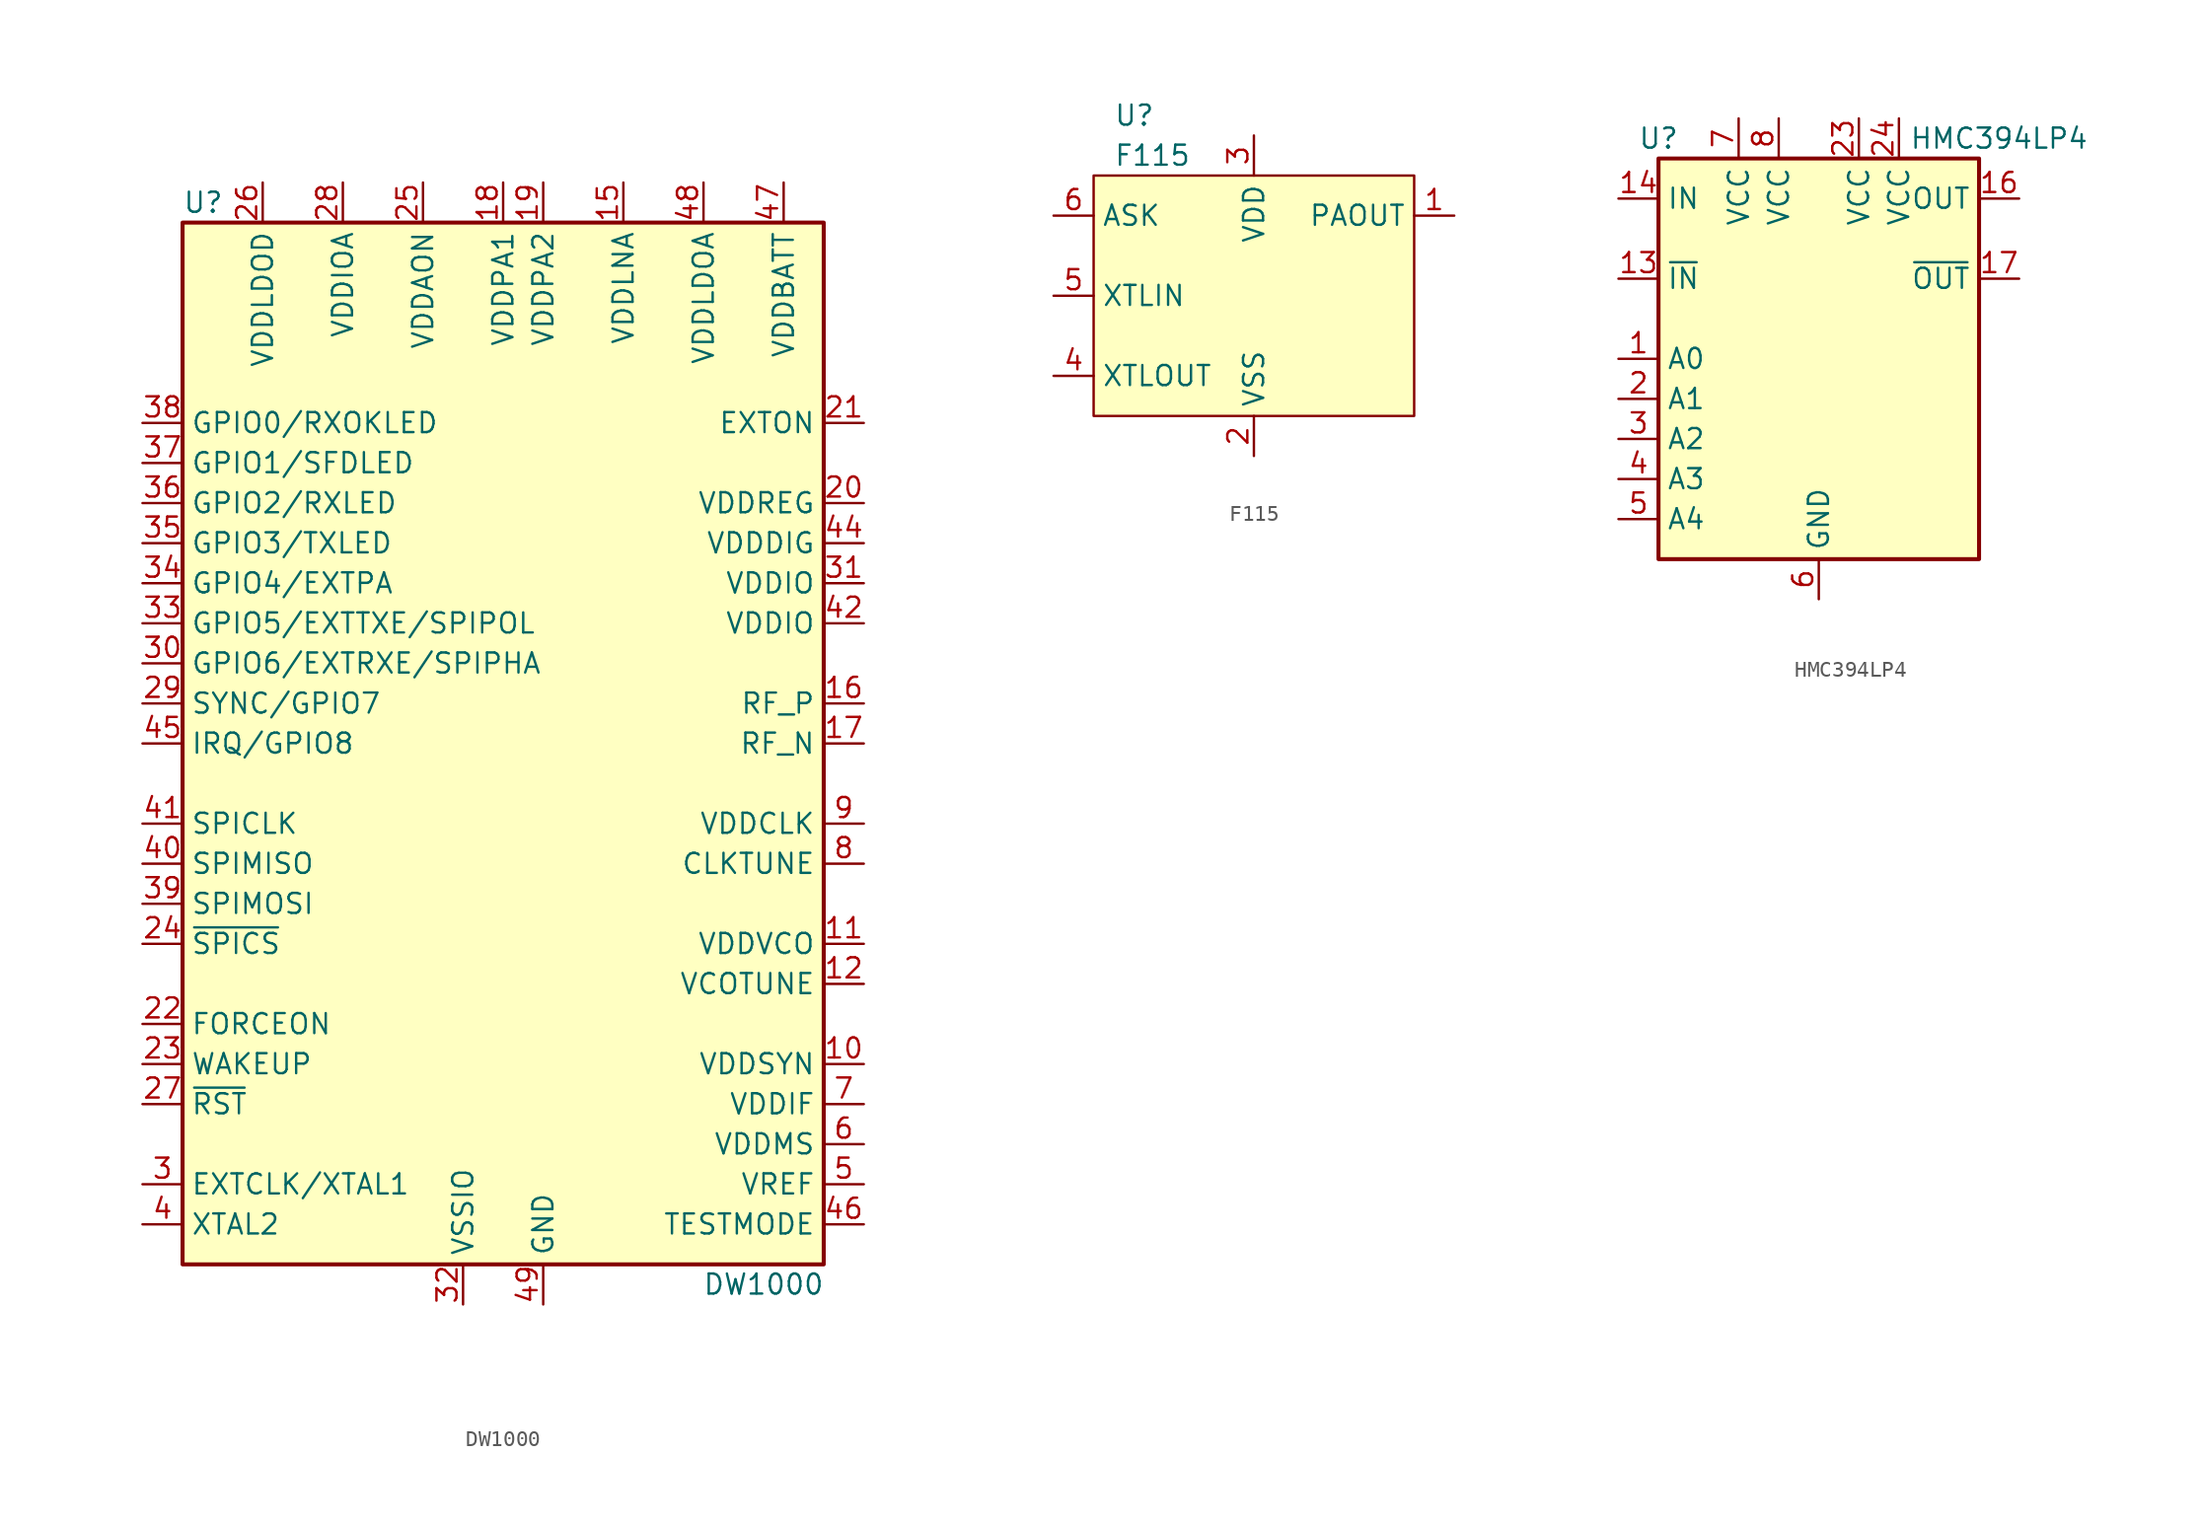
<source format=kicad_sym>
(kicad_symbol_lib
  (version 20231120)
  (generator "kicad_symbol_editor")
  (generator_version "8.0")
  (symbol "DW1000"
    (property "Reference" "U"
      (at -20.32 34.29 0)
      (effects (font (size 1.27 1.27)) (justify left)))
    (property "Value" "DW1000"
      (at 16.51 -34.29 0)
      (effects (font (size 1.27 1.27))))
    (symbol "DW1000_0_1"
      (rectangle (start -20.32 33.02) (end 20.32 -33.02) (stroke (width 0.254) (type default)) (fill (type background))))
    (symbol "DW1000_1_1"
      (pin no_connect line (at 0 -7.62 0) (length 2.54) hide (name "NC" (effects (font (size 1.27 1.27)))) (number "1" (effects (font (size 1.27 1.27)))))
      (pin power_out line (at 22.86 -20.32 180) (length 2.54) (name "VDDSYN" (effects (font (size 1.27 1.27)))) (number "10" (effects (font (size 1.27 1.27)))))
      (pin power_out line (at 22.86 -12.7 180) (length 2.54) (name "VDDVCO" (effects (font (size 1.27 1.27)))) (number "11" (effects (font (size 1.27 1.27)))))
      (pin bidirectional line (at 22.86 -15.24 180) (length 2.54) (name "VCOTUNE" (effects (font (size 1.27 1.27)))) (number "12" (effects (font (size 1.27 1.27)))))
      (pin no_connect line (at 0 -12.7 0) (length 2.54) hide (name "NC" (effects (font (size 1.27 1.27)))) (number "13" (effects (font (size 1.27 1.27)))))
      (pin no_connect line (at 0 -15.24 0) (length 2.54) hide (name "NC" (effects (font (size 1.27 1.27)))) (number "14" (effects (font (size 1.27 1.27)))))
      (pin power_in line (at 7.62 35.56 270) (length 2.54) (name "VDDLNA" (effects (font (size 1.27 1.27)))) (number "15" (effects (font (size 1.27 1.27)))))
      (pin bidirectional line (at 22.86 2.54 180) (length 2.54) (name "RF_P" (effects (font (size 1.27 1.27)))) (number "16" (effects (font (size 1.27 1.27)))))
      (pin bidirectional line (at 22.86 0 180) (length 2.54) (name "RF_N" (effects (font (size 1.27 1.27)))) (number "17" (effects (font (size 1.27 1.27)))))
      (pin power_in line (at 0 35.56 270) (length 2.54) (name "VDDPA1" (effects (font (size 1.27 1.27)))) (number "18" (effects (font (size 1.27 1.27)))))
      (pin power_in line (at 2.54 35.56 270) (length 2.54) (name "VDDPA2" (effects (font (size 1.27 1.27)))) (number "19" (effects (font (size 1.27 1.27)))))
      (pin no_connect line (at 0 -10.16 0) (length 2.54) hide (name "NC" (effects (font (size 1.27 1.27)))) (number "2" (effects (font (size 1.27 1.27)))))
      (pin power_out line (at 22.86 15.24 180) (length 2.54) (name "VDDREG" (effects (font (size 1.27 1.27)))) (number "20" (effects (font (size 1.27 1.27)))))
      (pin output line (at 22.86 20.32 180) (length 2.54) (name "EXTON" (effects (font (size 1.27 1.27)))) (number "21" (effects (font (size 1.27 1.27)))))
      (pin input line (at -22.86 -17.78 0) (length 2.54) (name "FORCEON" (effects (font (size 1.27 1.27)))) (number "22" (effects (font (size 1.27 1.27)))))
      (pin input line (at -22.86 -20.32 0) (length 2.54) (name "WAKEUP" (effects (font (size 1.27 1.27)))) (number "23" (effects (font (size 1.27 1.27)))))
      (pin input line (at -22.86 -12.7 0) (length 2.54) (name "~{SPICS}" (effects (font (size 1.27 1.27)))) (number "24" (effects (font (size 1.27 1.27)))))
      (pin power_in line (at -5.08 35.56 270) (length 2.54) (name "VDDAON" (effects (font (size 1.27 1.27)))) (number "25" (effects (font (size 1.27 1.27)))))
      (pin power_in line (at -15.24 35.56 270) (length 2.54) (name "VDDLDOD" (effects (font (size 1.27 1.27)))) (number "26" (effects (font (size 1.27 1.27)))))
      (pin bidirectional line (at -22.86 -22.86 0) (length 2.54) (name "~{RST}" (effects (font (size 1.27 1.27)))) (number "27" (effects (font (size 1.27 1.27)))))
      (pin power_in line (at -10.16 35.56 270) (length 2.54) (name "VDDIOA" (effects (font (size 1.27 1.27)))) (number "28" (effects (font (size 1.27 1.27)))))
      (pin bidirectional line (at -22.86 2.54 0) (length 2.54) (name "SYNC/GPIO7" (effects (font (size 1.27 1.27)))) (number "29" (effects (font (size 1.27 1.27)))))
      (pin input line (at -22.86 -27.94 0) (length 2.54) (name "EXTCLK/XTAL1" (effects (font (size 1.27 1.27)))) (number "3" (effects (font (size 1.27 1.27)))))
      (pin bidirectional line (at -22.86 5.08 0) (length 2.54) (name "GPIO6/EXTRXE/SPIPHA" (effects (font (size 1.27 1.27)))) (number "30" (effects (font (size 1.27 1.27)))))
      (pin power_out line (at 22.86 10.16 180) (length 2.54) (name "VDDIO" (effects (font (size 1.27 1.27)))) (number "31" (effects (font (size 1.27 1.27)))))
      (pin power_in line (at -2.54 -35.56 90) (length 2.54) (name "VSSIO" (effects (font (size 1.27 1.27)))) (number "32" (effects (font (size 1.27 1.27)))))
      (pin bidirectional line (at -22.86 7.62 0) (length 2.54) (name "GPIO5/EXTTXE/SPIPOL" (effects (font (size 1.27 1.27)))) (number "33" (effects (font (size 1.27 1.27)))))
      (pin bidirectional line (at -22.86 10.16 0) (length 2.54) (name "GPIO4/EXTPA" (effects (font (size 1.27 1.27)))) (number "34" (effects (font (size 1.27 1.27)))))
      (pin bidirectional line (at -22.86 12.7 0) (length 2.54) (name "GPIO3/TXLED" (effects (font (size 1.27 1.27)))) (number "35" (effects (font (size 1.27 1.27)))))
      (pin bidirectional line (at -22.86 15.24 0) (length 2.54) (name "GPIO2/RXLED" (effects (font (size 1.27 1.27)))) (number "36" (effects (font (size 1.27 1.27)))))
      (pin bidirectional line (at -22.86 17.78 0) (length 2.54) (name "GPIO1/SFDLED" (effects (font (size 1.27 1.27)))) (number "37" (effects (font (size 1.27 1.27)))))
      (pin bidirectional line (at -22.86 20.32 0) (length 2.54) (name "GPIO0/RXOKLED" (effects (font (size 1.27 1.27)))) (number "38" (effects (font (size 1.27 1.27)))))
      (pin input line (at -22.86 -10.16 0) (length 2.54) (name "SPIMOSI" (effects (font (size 1.27 1.27)))) (number "39" (effects (font (size 1.27 1.27)))))
      (pin input line (at -22.86 -30.48 0) (length 2.54) (name "XTAL2" (effects (font (size 1.27 1.27)))) (number "4" (effects (font (size 1.27 1.27)))))
      (pin output line (at -22.86 -7.62 0) (length 2.54) (name "SPIMISO" (effects (font (size 1.27 1.27)))) (number "40" (effects (font (size 1.27 1.27)))))
      (pin input line (at -22.86 -5.08 0) (length 2.54) (name "SPICLK" (effects (font (size 1.27 1.27)))) (number "41" (effects (font (size 1.27 1.27)))))
      (pin power_out line (at 22.86 7.62 180) (length 2.54) (name "VDDIO" (effects (font (size 1.27 1.27)))) (number "42" (effects (font (size 1.27 1.27)))))
      (pin passive line (at -2.54 -35.56 90) (length 2.54) hide (name "VSSIO" (effects (font (size 1.27 1.27)))) (number "43" (effects (font (size 1.27 1.27)))))
      (pin power_out line (at 22.86 12.7 180) (length 2.54) (name "VDDDIG" (effects (font (size 1.27 1.27)))) (number "44" (effects (font (size 1.27 1.27)))))
      (pin bidirectional line (at -22.86 0 0) (length 2.54) (name "IRQ/GPIO8" (effects (font (size 1.27 1.27)))) (number "45" (effects (font (size 1.27 1.27)))))
      (pin input line (at 22.86 -30.48 180) (length 2.54) (name "TESTMODE" (effects (font (size 1.27 1.27)))) (number "46" (effects (font (size 1.27 1.27)))))
      (pin power_in line (at 17.78 35.56 270) (length 2.54) (name "VDDBATT" (effects (font (size 1.27 1.27)))) (number "47" (effects (font (size 1.27 1.27)))))
      (pin power_in line (at 12.7 35.56 270) (length 2.54) (name "VDDLDOA" (effects (font (size 1.27 1.27)))) (number "48" (effects (font (size 1.27 1.27)))))
      (pin power_in line (at 2.54 -35.56 90) (length 2.54) (name "GND" (effects (font (size 1.27 1.27)))) (number "49" (effects (font (size 1.27 1.27)))))
      (pin bidirectional line (at 22.86 -27.94 180) (length 2.54) (name "VREF" (effects (font (size 1.27 1.27)))) (number "5" (effects (font (size 1.27 1.27)))))
      (pin power_out line (at 22.86 -25.4 180) (length 2.54) (name "VDDMS" (effects (font (size 1.27 1.27)))) (number "6" (effects (font (size 1.27 1.27)))))
      (pin power_out line (at 22.86 -22.86 180) (length 2.54) (name "VDDIF" (effects (font (size 1.27 1.27)))) (number "7" (effects (font (size 1.27 1.27)))))
      (pin bidirectional line (at 22.86 -7.62 180) (length 2.54) (name "CLKTUNE" (effects (font (size 1.27 1.27)))) (number "8" (effects (font (size 1.27 1.27)))))
      (pin power_out line (at 22.86 -5.08 180) (length 2.54) (name "VDDCLK" (effects (font (size 1.27 1.27)))) (number "9" (effects (font (size 1.27 1.27)))))))
  (symbol "F115"
    (property "Reference" "U"
      (at -8.89 11.43 0)
      (effects (font (size 1.27 1.27)) (justify left)))
    (property "Value" "F115"
      (at -8.89 8.89 0)
      (effects (font (size 1.27 1.27)) (justify left)))
    (symbol "F115_0_0"
      (pin output line (at 12.7 5.08 180) (length 2.54) (name "PAOUT" (effects (font (size 1.27 1.27)))) (number "1" (effects (font (size 1.27 1.27)))))
      (pin power_in line (at 0 -10.16 90) (length 2.54) (name "VSS" (effects (font (size 1.27 1.27)))) (number "2" (effects (font (size 1.27 1.27)))))
      (pin power_in line (at 0 10.16 270) (length 2.54) (name "VDD" (effects (font (size 1.27 1.27)))) (number "3" (effects (font (size 1.27 1.27)))))
      (pin output line (at -12.7 -5.08 0) (length 2.54) (name "XTLOUT" (effects (font (size 1.27 1.27)))) (number "4" (effects (font (size 1.27 1.27)))))
      (pin input line (at -12.7 0 0) (length 2.54) (name "XTLIN" (effects (font (size 1.27 1.27)))) (number "5" (effects (font (size 1.27 1.27)))))
      (pin input line (at -12.7 5.08 0) (length 2.54) (name "ASK" (effects (font (size 1.27 1.27)))) (number "6" (effects (font (size 1.27 1.27))))))
    (symbol "F115_1_1"
      (rectangle (start -10.16 7.62) (end 10.16 -7.62) (stroke (width 0) (type default)) (fill (type background)))))
  (symbol "HMC394LP4"
    (property "Reference" "U"
      (at -10.16 13.97 0)
      (effects (font (size 1.27 1.27))))
    (property "Value" "HMC394LP4"
      (at 11.43 13.97 0)
      (effects (font (size 1.27 1.27))))
    (symbol "HMC394LP4_0_1"
      (rectangle (start -10.16 12.7) (end 10.16 -12.7) (stroke (width 0.254) (type default)) (fill (type background))))
    (symbol "HMC394LP4_1_1"
      (pin input line (at -12.7 0 0) (length 2.54) (name "A0" (effects (font (size 1.27 1.27)))) (number "1" (effects (font (size 1.27 1.27)))))
      (pin passive line (at 0 -15.24 90) (length 2.54) hide (name "GND" (effects (font (size 1.27 1.27)))) (number "10" (effects (font (size 1.27 1.27)))))
      (pin passive line (at 0 -15.24 90) (length 2.54) hide (name "GND" (effects (font (size 1.27 1.27)))) (number "11" (effects (font (size 1.27 1.27)))))
      (pin passive line (at 0 -15.24 90) (length 2.54) hide (name "GND" (effects (font (size 1.27 1.27)))) (number "12" (effects (font (size 1.27 1.27)))))
      (pin input line (at -12.7 5.08 0) (length 2.54) (name "~{IN}" (effects (font (size 1.27 1.27)))) (number "13" (effects (font (size 1.27 1.27)))))
      (pin input line (at -12.7 10.16 0) (length 2.54) (name "IN" (effects (font (size 1.27 1.27)))) (number "14" (effects (font (size 1.27 1.27)))))
      (pin passive line (at 0 -15.24 90) (length 2.54) hide (name "GND" (effects (font (size 1.27 1.27)))) (number "15" (effects (font (size 1.27 1.27)))))
      (pin output line (at 12.7 10.16 180) (length 2.54) (name "OUT" (effects (font (size 1.27 1.27)))) (number "16" (effects (font (size 1.27 1.27)))))
      (pin output line (at 12.7 5.08 180) (length 2.54) (name "~{OUT}" (effects (font (size 1.27 1.27)))) (number "17" (effects (font (size 1.27 1.27)))))
      (pin passive line (at 0 -15.24 90) (length 2.54) hide (name "GND" (effects (font (size 1.27 1.27)))) (number "18" (effects (font (size 1.27 1.27)))))
      (pin passive line (at 0 -15.24 90) (length 2.54) hide (name "GND" (effects (font (size 1.27 1.27)))) (number "19" (effects (font (size 1.27 1.27)))))
      (pin input line (at -12.7 -2.54 0) (length 2.54) (name "A1" (effects (font (size 1.27 1.27)))) (number "2" (effects (font (size 1.27 1.27)))))
      (pin passive line (at 0 -15.24 90) (length 2.54) hide (name "GND" (effects (font (size 1.27 1.27)))) (number "20" (effects (font (size 1.27 1.27)))))
      (pin passive line (at 0 -15.24 90) (length 2.54) hide (name "GND" (effects (font (size 1.27 1.27)))) (number "21" (effects (font (size 1.27 1.27)))))
      (pin passive line (at 0 -15.24 90) (length 2.54) hide (name "GND" (effects (font (size 1.27 1.27)))) (number "22" (effects (font (size 1.27 1.27)))))
      (pin power_in line (at 2.54 15.24 270) (length 2.54) (name "VCC" (effects (font (size 1.27 1.27)))) (number "23" (effects (font (size 1.27 1.27)))))
      (pin power_in line (at 5.08 15.24 270) (length 2.54) (name "VCC" (effects (font (size 1.27 1.27)))) (number "24" (effects (font (size 1.27 1.27)))))
      (pin passive line (at 0 -15.24 90) (length 2.54) hide (name "GND" (effects (font (size 1.27 1.27)))) (number "25" (effects (font (size 1.27 1.27)))))
      (pin input line (at -12.7 -5.08 0) (length 2.54) (name "A2" (effects (font (size 1.27 1.27)))) (number "3" (effects (font (size 1.27 1.27)))))
      (pin input line (at -12.7 -7.62 0) (length 2.54) (name "A3" (effects (font (size 1.27 1.27)))) (number "4" (effects (font (size 1.27 1.27)))))
      (pin input line (at -12.7 -10.16 0) (length 2.54) (name "A4" (effects (font (size 1.27 1.27)))) (number "5" (effects (font (size 1.27 1.27)))))
      (pin power_in line (at 0 -15.24 90) (length 2.54) (name "GND" (effects (font (size 1.27 1.27)))) (number "6" (effects (font (size 1.27 1.27)))))
      (pin power_in line (at -5.08 15.24 270) (length 2.54) (name "VCC" (effects (font (size 1.27 1.27)))) (number "7" (effects (font (size 1.27 1.27)))))
      (pin power_in line (at -2.54 15.24 270) (length 2.54) (name "VCC" (effects (font (size 1.27 1.27)))) (number "8" (effects (font (size 1.27 1.27)))))
      (pin passive line (at 0 -15.24 90) (length 2.54) hide (name "GND" (effects (font (size 1.27 1.27)))) (number "9" (effects (font (size 1.27 1.27))))))))
</source>
